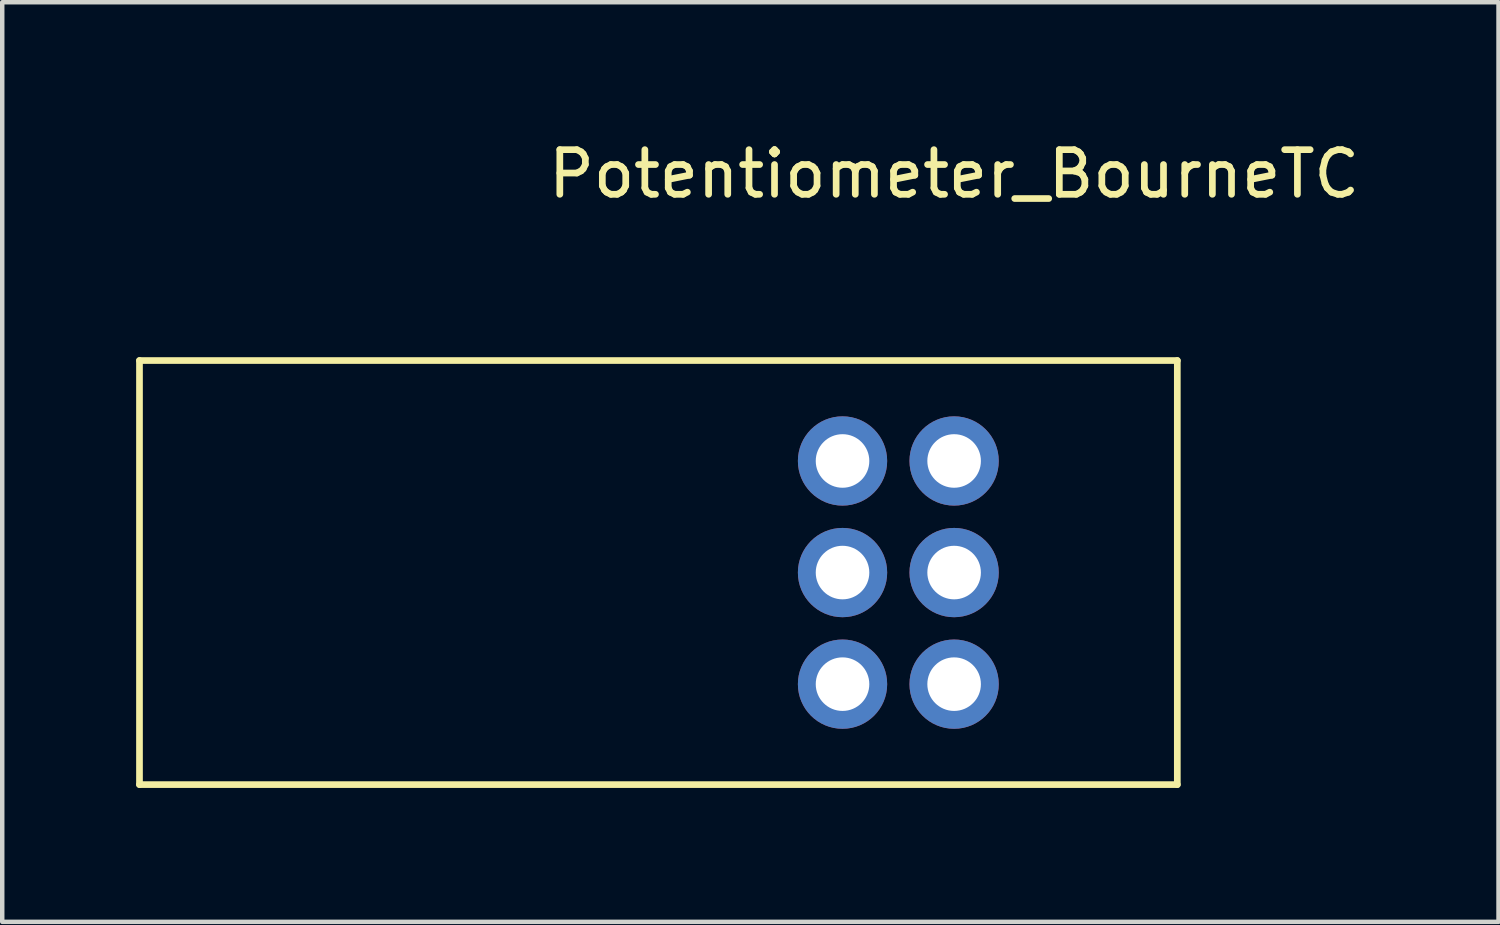
<source format=kicad_pcb>
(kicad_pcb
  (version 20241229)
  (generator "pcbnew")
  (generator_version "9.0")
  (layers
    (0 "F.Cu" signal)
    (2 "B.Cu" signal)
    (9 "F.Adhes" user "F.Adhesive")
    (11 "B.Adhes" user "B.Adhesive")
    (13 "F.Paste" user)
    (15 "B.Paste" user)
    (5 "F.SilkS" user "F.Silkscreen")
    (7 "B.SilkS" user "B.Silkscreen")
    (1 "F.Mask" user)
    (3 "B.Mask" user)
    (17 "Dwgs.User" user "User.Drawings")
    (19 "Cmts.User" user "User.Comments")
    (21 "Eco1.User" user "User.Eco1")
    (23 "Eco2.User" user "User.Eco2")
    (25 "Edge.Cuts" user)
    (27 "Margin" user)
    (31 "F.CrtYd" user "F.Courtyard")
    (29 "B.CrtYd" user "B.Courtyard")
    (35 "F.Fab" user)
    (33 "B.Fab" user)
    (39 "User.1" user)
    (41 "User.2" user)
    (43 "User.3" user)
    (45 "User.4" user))
  (footprint "Potentiometer_BourneTC"
    (layer "F.Cu")
    (at 18.325 7.277)
    (property "Reference" "Potentiometer_BourneTC" (at 0 -6.429 0) (layer "F.SilkS") (effects (font (size 1 1) (thickness 0.15))))
    (attr through_hole)
    (fp_line (start -18.25 -2.25) (end -18.25 7.25) (stroke (width 0.15) (type solid)) (layer "F.SilkS"))
    (fp_line (start 5 -2.25) (end -18.25 -2.25) (stroke (width 0.15) (type solid)) (layer "F.SilkS"))
    (fp_line (start 5 7.25) (end -18.25 7.25) (stroke (width 0.15) (type solid)) (layer "F.SilkS"))
    (fp_line (start 5 7.25) (end 5 -2.25) (stroke (width 0.15) (type solid)) (layer "F.SilkS"))
    (pad "11" thru_hole circle (at 0 0) (size 2 2) (drill 1.2) (layers "*.Cu" "*.Mask"))
    (pad "12" thru_hole circle (at 0 2.5) (size 2 2) (drill 1.2) (layers "*.Cu" "*.Mask"))
    (pad "13" thru_hole circle (at 0 5) (size 2 2) (drill 1.2) (layers "*.Cu" "*.Mask"))
    (pad "21" thru_hole circle (at -2.5 0) (size 2 2) (drill 1.2) (layers "*.Cu" "*.Mask"))
    (pad "22" thru_hole circle (at -2.5 2.5) (size 2 2) (drill 1.2) (layers "*.Cu" "*.Mask"))
    (pad "23" thru_hole circle (at -2.5 5) (size 2 2) (drill 1.2) (layers "*.Cu" "*.Mask")))
  (gr_rect
    (start -3 -3)
    (end 30.521 17.602)
    (stroke (width 0.1) (type default))
    (fill no)
    (layer "Edge.Cuts")))
</source>
